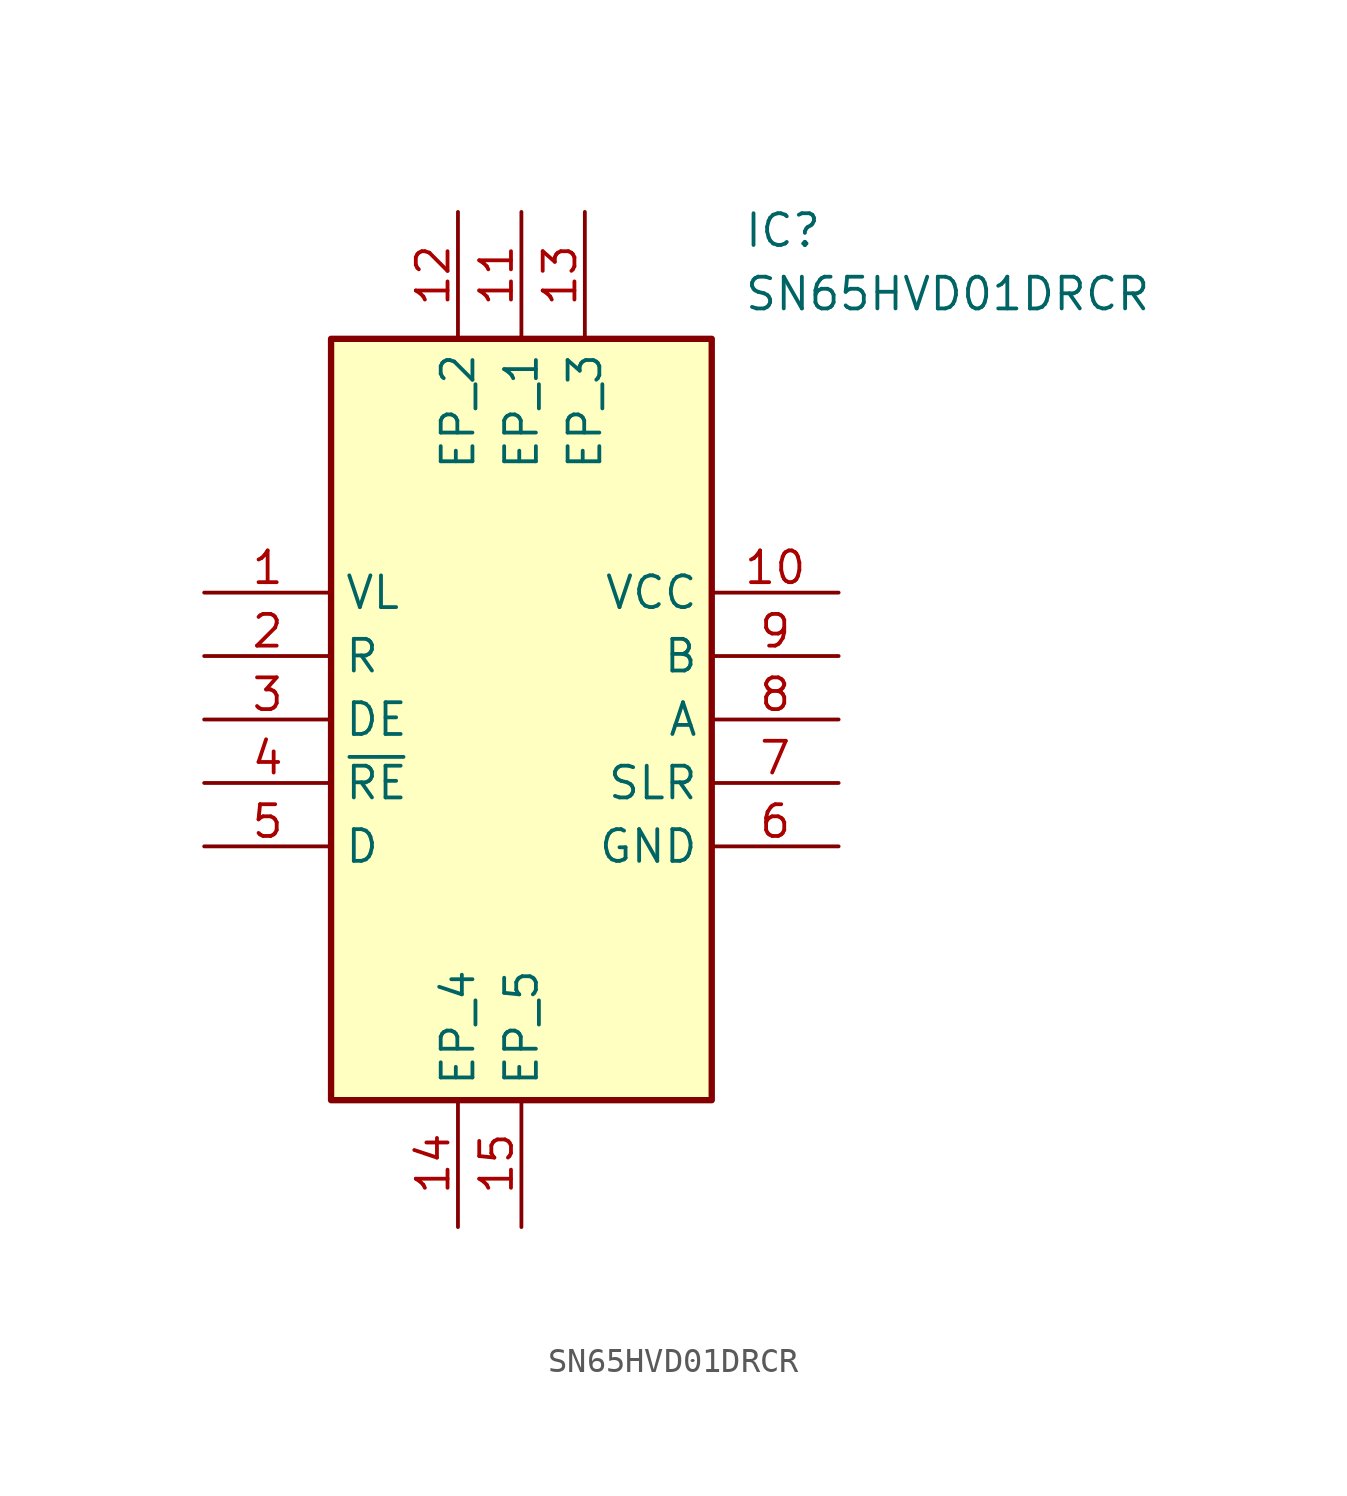
<source format=kicad_sym>
(kicad_symbol_lib
  (version 20211014)
  (generator SamacSys_ECAD_Model)
  (symbol "SN65HVD01DRCR"
    (property "Reference" "IC"
      (at 21.59 15.24 0)
      (effects (font (size 1.27 1.27)) (justify left top)))
    (property "Value" "SN65HVD01DRCR"
      (at 21.59 12.7 0)
      (effects (font (size 1.27 1.27)) (justify left top)))
    (rectangle
      (start 5.08 10.16)
      (end 20.32 -20.32)
      (stroke (width 0.254) (type default))
      (fill (type background)))
    (pin passive line
      (at 0 0 0)
      (length 5.08)
      (name "VL" (effects (font (size 1.27 1.27))))
      (number "1" (effects (font (size 1.27 1.27)))))
    (pin passive line
      (at 0 -2.54 0)
      (length 5.08)
      (name "R" (effects (font (size 1.27 1.27))))
      (number "2" (effects (font (size 1.27 1.27)))))
    (pin passive line
      (at 0 -5.08 0)
      (length 5.08)
      (name "DE" (effects (font (size 1.27 1.27))))
      (number "3" (effects (font (size 1.27 1.27)))))
    (pin passive line
      (at 0 -7.62 0)
      (length 5.08)
      (name "~{RE}" (effects (font (size 1.27 1.27))))
      (number "4" (effects (font (size 1.27 1.27)))))
    (pin passive line
      (at 0 -10.16 0)
      (length 5.08)
      (name "D" (effects (font (size 1.27 1.27))))
      (number "5" (effects (font (size 1.27 1.27)))))
    (pin passive line
      (at 25.4 -10.16 180)
      (length 5.08)
      (name "GND" (effects (font (size 1.27 1.27))))
      (number "6" (effects (font (size 1.27 1.27)))))
    (pin passive line
      (at 25.4 -7.62 180)
      (length 5.08)
      (name "SLR" (effects (font (size 1.27 1.27))))
      (number "7" (effects (font (size 1.27 1.27)))))
    (pin passive line
      (at 25.4 -5.08 180)
      (length 5.08)
      (name "A" (effects (font (size 1.27 1.27))))
      (number "8" (effects (font (size 1.27 1.27)))))
    (pin passive line
      (at 25.4 -2.54 180)
      (length 5.08)
      (name "B" (effects (font (size 1.27 1.27))))
      (number "9" (effects (font (size 1.27 1.27)))))
    (pin passive line
      (at 25.4 0 180)
      (length 5.08)
      (name "VCC" (effects (font (size 1.27 1.27))))
      (number "10" (effects (font (size 1.27 1.27)))))
    (pin passive line
      (at 12.7 15.24 270)
      (length 5.08)
      (name "EP_1" (effects (font (size 1.27 1.27))))
      (number "11" (effects (font (size 1.27 1.27)))))
    (pin passive line
      (at 10.16 15.24 270)
      (length 5.08)
      (name "EP_2" (effects (font (size 1.27 1.27))))
      (number "12" (effects (font (size 1.27 1.27)))))
    (pin passive line
      (at 15.24 15.24 270)
      (length 5.08)
      (name "EP_3" (effects (font (size 1.27 1.27))))
      (number "13" (effects (font (size 1.27 1.27)))))
    (pin passive line
      (at 10.16 -25.4 90)
      (length 5.08)
      (name "EP_4" (effects (font (size 1.27 1.27))))
      (number "14" (effects (font (size 1.27 1.27)))))
    (pin passive line
      (at 12.7 -25.4 90)
      (length 5.08)
      (name "EP_5" (effects (font (size 1.27 1.27))))
      (number "15" (effects (font (size 1.27 1.27)))))))
</source>
